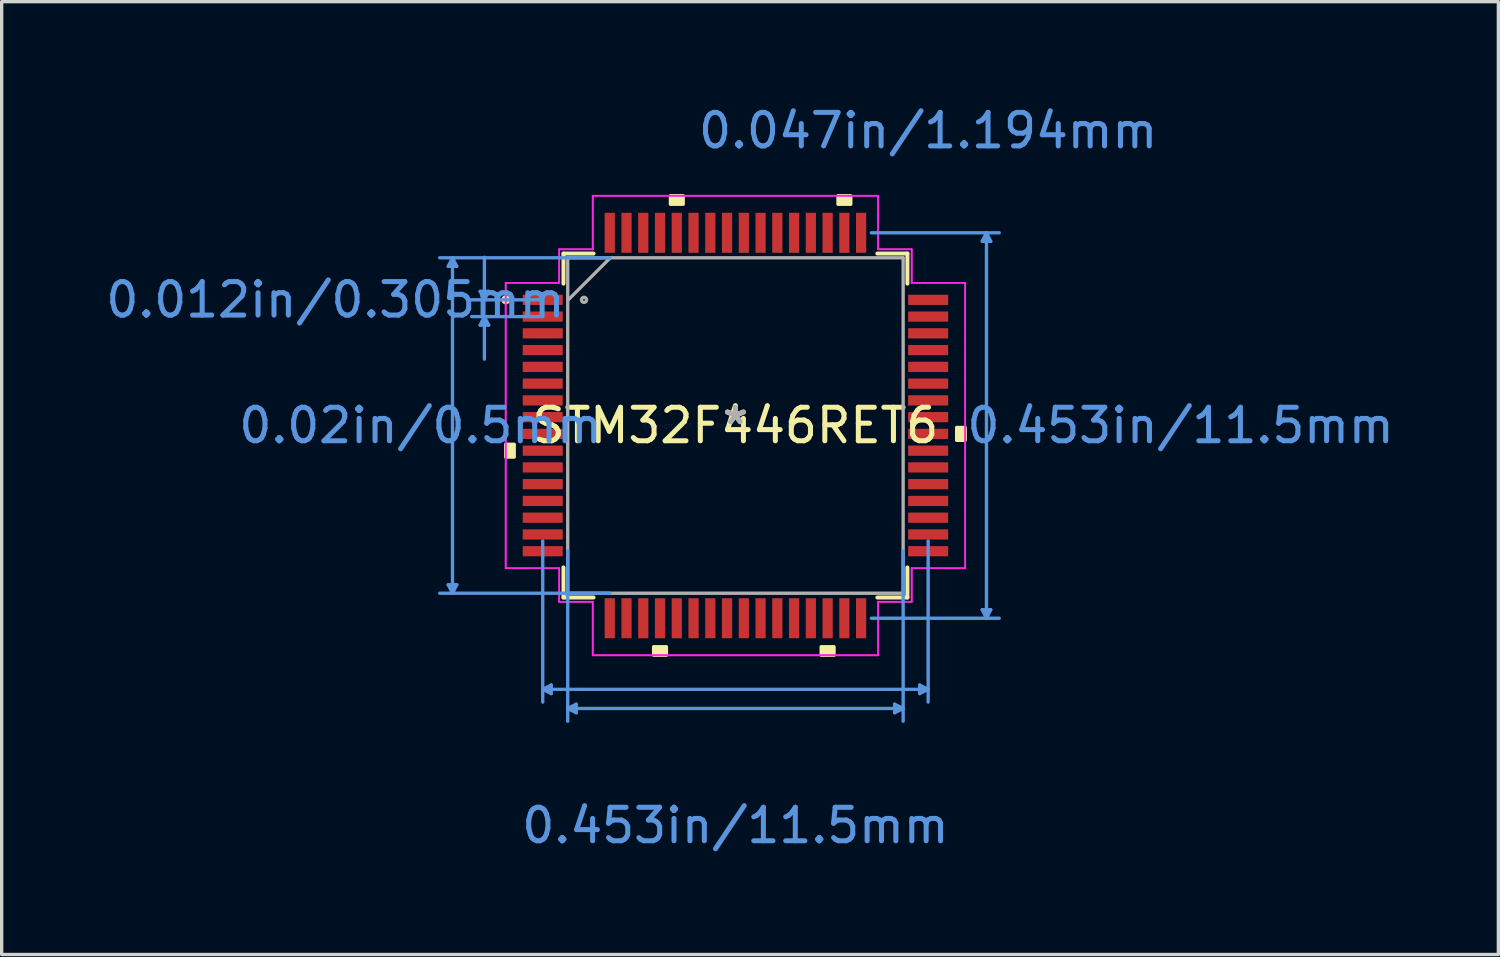
<source format=kicad_pcb>
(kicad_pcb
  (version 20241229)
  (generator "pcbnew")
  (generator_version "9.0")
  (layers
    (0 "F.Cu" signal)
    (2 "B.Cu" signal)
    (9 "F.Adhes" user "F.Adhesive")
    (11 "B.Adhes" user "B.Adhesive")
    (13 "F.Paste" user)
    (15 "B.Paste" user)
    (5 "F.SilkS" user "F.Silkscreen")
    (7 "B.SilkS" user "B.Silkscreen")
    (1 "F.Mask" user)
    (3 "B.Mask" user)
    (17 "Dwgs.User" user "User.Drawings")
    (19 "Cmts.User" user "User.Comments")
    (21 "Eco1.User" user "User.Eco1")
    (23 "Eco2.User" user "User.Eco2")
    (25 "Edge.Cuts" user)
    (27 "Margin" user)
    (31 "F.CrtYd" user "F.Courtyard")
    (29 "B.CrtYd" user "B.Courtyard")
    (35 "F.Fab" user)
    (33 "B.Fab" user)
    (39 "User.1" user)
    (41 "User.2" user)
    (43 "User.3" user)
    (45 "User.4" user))
  (footprint "STM32F446RET6"
    (layer "F.Cu")
    (at 18.893 9.646)
    (property "Reference" "STM32F446RET6" (at 0 0 0) (layer "F.SilkS") (effects (font (size 1 1) (thickness 0.15))))
    (attr through_hole)
    (fp_line (start -5.131 -5.131) (end -5.131 -4.234) (stroke (width 0.12) (type solid)) (layer "F.SilkS"))
    (fp_line (start -5.131 4.234) (end -5.131 5.131) (stroke (width 0.12) (type solid)) (layer "F.SilkS"))
    (fp_line (start -5.131 5.131) (end -4.234 5.131) (stroke (width 0.12) (type solid)) (layer "F.SilkS"))
    (fp_line (start -4.234 -5.131) (end -5.131 -5.131) (stroke (width 0.12) (type solid)) (layer "F.SilkS"))
    (fp_line (start 4.234 5.131) (end 5.131 5.131) (stroke (width 0.12) (type solid)) (layer "F.SilkS"))
    (fp_line (start 5.131 -5.131) (end 4.234 -5.131) (stroke (width 0.12) (type solid)) (layer "F.SilkS"))
    (fp_line (start 5.131 -4.234) (end 5.131 -5.131) (stroke (width 0.12) (type solid)) (layer "F.SilkS"))
    (fp_line (start 5.131 5.131) (end 5.131 4.234) (stroke (width 0.12) (type solid)) (layer "F.SilkS"))
    (fp_circle (center -6.851 -3.75) (end -6.775 -3.75) (stroke (width 0.12) (type solid)) (fill no) (layer "F.SilkS"))
    (fp_poly (pts (xy -6.855 0.56) (xy -6.855 0.941) (xy -6.601 0.941) (xy -6.601 0.56)) (stroke (width 0.1) (type solid)) (fill yes) (layer "F.SilkS"))
    (fp_poly (pts (xy -2.441 6.601) (xy -2.441 6.855) (xy -2.06 6.855) (xy -2.06 6.601)) (stroke (width 0.1) (type solid)) (fill yes) (layer "F.SilkS"))
    (fp_poly (pts (xy -1.94 -6.601) (xy -1.94 -6.855) (xy -1.559 -6.855) (xy -1.559 -6.601)) (stroke (width 0.1) (type solid)) (fill yes) (layer "F.SilkS"))
    (fp_poly (pts (xy 2.559 6.601) (xy 2.559 6.855) (xy 2.941 6.855) (xy 2.941 6.601)) (stroke (width 0.1) (type solid)) (fill yes) (layer "F.SilkS"))
    (fp_poly (pts (xy 3.06 -6.601) (xy 3.06 -6.855) (xy 3.441 -6.855) (xy 3.441 -6.601)) (stroke (width 0.1) (type solid)) (fill yes) (layer "F.SilkS"))
    (fp_poly (pts (xy 6.855 0.059) (xy 6.855 0.441) (xy 6.601 0.441) (xy 6.601 0.059)) (stroke (width 0.1) (type solid)) (fill yes) (layer "F.SilkS"))
    (fp_line (start -8.569 -4.75) (end -8.315 -4.75) (stroke (width 0.1) (type solid)) (layer "Cmts.User"))
    (fp_line (start -8.569 4.75) (end -8.315 4.75) (stroke (width 0.1) (type solid)) (layer "Cmts.User"))
    (fp_line (start -8.442 -5.004) (end -8.569 -4.75) (stroke (width 0.1) (type solid)) (layer "Cmts.User"))
    (fp_line (start -8.442 -5.004) (end -8.442 5.004) (stroke (width 0.1) (type solid)) (layer "Cmts.User"))
    (fp_line (start -8.442 -5.004) (end -8.315 -4.75) (stroke (width 0.1) (type solid)) (layer "Cmts.User"))
    (fp_line (start -8.442 5.004) (end -8.569 4.75) (stroke (width 0.1) (type solid)) (layer "Cmts.User"))
    (fp_line (start -8.442 5.004) (end -8.315 4.75) (stroke (width 0.1) (type solid)) (layer "Cmts.User"))
    (fp_line (start -7.617 -4.004) (end -7.363 -4.004) (stroke (width 0.1) (type solid)) (layer "Cmts.User"))
    (fp_line (start -7.617 -2.996) (end -7.363 -2.996) (stroke (width 0.1) (type solid)) (layer "Cmts.User"))
    (fp_line (start -7.49 -3.75) (end -7.617 -4.004) (stroke (width 0.1) (type solid)) (layer "Cmts.User"))
    (fp_line (start -7.49 -3.75) (end -7.49 -5.02) (stroke (width 0.1) (type solid)) (layer "Cmts.User"))
    (fp_line (start -7.49 -3.75) (end -7.363 -4.004) (stroke (width 0.1) (type solid)) (layer "Cmts.User"))
    (fp_line (start -7.49 -3.25) (end -7.617 -2.996) (stroke (width 0.1) (type solid)) (layer "Cmts.User"))
    (fp_line (start -7.49 -3.25) (end -7.49 -1.98) (stroke (width 0.1) (type solid)) (layer "Cmts.User"))
    (fp_line (start -7.49 -3.25) (end -7.363 -2.996) (stroke (width 0.1) (type solid)) (layer "Cmts.User"))
    (fp_line (start -5.75 -3.75) (end -7.871 -3.75) (stroke (width 0.1) (type solid)) (layer "Cmts.User"))
    (fp_line (start -5.75 -3.25) (end -7.871 -3.25) (stroke (width 0.1) (type solid)) (layer "Cmts.User"))
    (fp_line (start -5.75 3.445) (end -5.75 8.252) (stroke (width 0.1) (type solid)) (layer "Cmts.User"))
    (fp_line (start -5.75 7.871) (end -5.496 7.744) (stroke (width 0.1) (type solid)) (layer "Cmts.User"))
    (fp_line (start -5.75 7.871) (end -5.496 7.998) (stroke (width 0.1) (type solid)) (layer "Cmts.User"))
    (fp_line (start -5.75 7.871) (end 5.75 7.871) (stroke (width 0.1) (type solid)) (layer "Cmts.User"))
    (fp_line (start -5.496 7.744) (end -5.496 7.998) (stroke (width 0.1) (type solid)) (layer "Cmts.User"))
    (fp_line (start -5.004 3.75) (end -5.004 8.823) (stroke (width 0.1) (type solid)) (layer "Cmts.User"))
    (fp_line (start -5.004 8.442) (end -4.75 8.315) (stroke (width 0.1) (type solid)) (layer "Cmts.User"))
    (fp_line (start -5.004 8.442) (end -4.75 8.569) (stroke (width 0.1) (type solid)) (layer "Cmts.User"))
    (fp_line (start -5.004 8.442) (end 5.004 8.442) (stroke (width 0.1) (type solid)) (layer "Cmts.User"))
    (fp_line (start -4.75 8.315) (end -4.75 8.569) (stroke (width 0.1) (type solid)) (layer "Cmts.User"))
    (fp_line (start -3.75 -5.004) (end -8.823 -5.004) (stroke (width 0.1) (type solid)) (layer "Cmts.User"))
    (fp_line (start -3.75 5.004) (end -8.823 5.004) (stroke (width 0.1) (type solid)) (layer "Cmts.User"))
    (fp_line (start 4.055 -5.75) (end 7.871 -5.75) (stroke (width 0.1) (type solid)) (layer "Cmts.User"))
    (fp_line (start 4.055 5.75) (end 7.871 5.75) (stroke (width 0.1) (type solid)) (layer "Cmts.User"))
    (fp_line (start 4.75 8.315) (end 4.75 8.569) (stroke (width 0.1) (type solid)) (layer "Cmts.User"))
    (fp_line (start 5.004 3.75) (end 5.004 8.823) (stroke (width 0.1) (type solid)) (layer "Cmts.User"))
    (fp_line (start 5.004 8.442) (end 4.75 8.315) (stroke (width 0.1) (type solid)) (layer "Cmts.User"))
    (fp_line (start 5.004 8.442) (end 4.75 8.569) (stroke (width 0.1) (type solid)) (layer "Cmts.User"))
    (fp_line (start 5.496 7.744) (end 5.496 7.998) (stroke (width 0.1) (type solid)) (layer "Cmts.User"))
    (fp_line (start 5.75 3.445) (end 5.75 8.252) (stroke (width 0.1) (type solid)) (layer "Cmts.User"))
    (fp_line (start 5.75 7.871) (end 5.496 7.744) (stroke (width 0.1) (type solid)) (layer "Cmts.User"))
    (fp_line (start 5.75 7.871) (end 5.496 7.998) (stroke (width 0.1) (type solid)) (layer "Cmts.User"))
    (fp_line (start 7.363 -5.496) (end 7.617 -5.496) (stroke (width 0.1) (type solid)) (layer "Cmts.User"))
    (fp_line (start 7.363 5.496) (end 7.617 5.496) (stroke (width 0.1) (type solid)) (layer "Cmts.User"))
    (fp_line (start 7.49 -5.75) (end 7.363 -5.496) (stroke (width 0.1) (type solid)) (layer "Cmts.User"))
    (fp_line (start 7.49 -5.75) (end 7.49 5.75) (stroke (width 0.1) (type solid)) (layer "Cmts.User"))
    (fp_line (start 7.49 -5.75) (end 7.617 -5.496) (stroke (width 0.1) (type solid)) (layer "Cmts.User"))
    (fp_line (start 7.49 5.75) (end 7.363 5.496) (stroke (width 0.1) (type solid)) (layer "Cmts.User"))
    (fp_line (start 7.49 5.75) (end 7.617 5.496) (stroke (width 0.1) (type solid)) (layer "Cmts.User"))
    (fp_line (start -6.855 -4.258) (end -5.258 -4.258) (stroke (width 0.05) (type solid)) (layer "F.CrtYd"))
    (fp_line (start -6.855 -4.258) (end -5.258 -4.258) (stroke (width 0.05) (type solid)) (layer "F.CrtYd"))
    (fp_line (start -6.855 4.258) (end -6.855 -4.258) (stroke (width 0.05) (type solid)) (layer "F.CrtYd"))
    (fp_line (start -6.855 4.258) (end -6.855 -4.258) (stroke (width 0.05) (type solid)) (layer "F.CrtYd"))
    (fp_line (start -5.258 -5.258) (end -4.258 -5.258) (stroke (width 0.05) (type solid)) (layer "F.CrtYd"))
    (fp_line (start -5.258 -5.258) (end -4.258 -5.258) (stroke (width 0.05) (type solid)) (layer "F.CrtYd"))
    (fp_line (start -5.258 -4.258) (end -5.258 -5.258) (stroke (width 0.05) (type solid)) (layer "F.CrtYd"))
    (fp_line (start -5.258 -4.258) (end -5.258 -5.258) (stroke (width 0.05) (type solid)) (layer "F.CrtYd"))
    (fp_line (start -5.258 4.258) (end -6.855 4.258) (stroke (width 0.05) (type solid)) (layer "F.CrtYd"))
    (fp_line (start -5.258 4.258) (end -6.855 4.258) (stroke (width 0.05) (type solid)) (layer "F.CrtYd"))
    (fp_line (start -5.258 5.258) (end -5.258 4.258) (stroke (width 0.05) (type solid)) (layer "F.CrtYd"))
    (fp_line (start -5.258 5.258) (end -5.258 4.258) (stroke (width 0.05) (type solid)) (layer "F.CrtYd"))
    (fp_line (start -4.258 -6.855) (end 4.258 -6.855) (stroke (width 0.05) (type solid)) (layer "F.CrtYd"))
    (fp_line (start -4.258 -6.855) (end 4.258 -6.855) (stroke (width 0.05) (type solid)) (layer "F.CrtYd"))
    (fp_line (start -4.258 -5.258) (end -4.258 -6.855) (stroke (width 0.05) (type solid)) (layer "F.CrtYd"))
    (fp_line (start -4.258 -5.258) (end -4.258 -6.855) (stroke (width 0.05) (type solid)) (layer "F.CrtYd"))
    (fp_line (start -4.258 5.258) (end -5.258 5.258) (stroke (width 0.05) (type solid)) (layer "F.CrtYd"))
    (fp_line (start -4.258 5.258) (end -5.258 5.258) (stroke (width 0.05) (type solid)) (layer "F.CrtYd"))
    (fp_line (start -4.258 6.855) (end -4.258 5.258) (stroke (width 0.05) (type solid)) (layer "F.CrtYd"))
    (fp_line (start -4.258 6.855) (end -4.258 5.258) (stroke (width 0.05) (type solid)) (layer "F.CrtYd"))
    (fp_line (start 4.258 -6.855) (end 4.258 -5.258) (stroke (width 0.05) (type solid)) (layer "F.CrtYd"))
    (fp_line (start 4.258 -6.855) (end 4.258 -5.258) (stroke (width 0.05) (type solid)) (layer "F.CrtYd"))
    (fp_line (start 4.258 -5.258) (end 5.258 -5.258) (stroke (width 0.05) (type solid)) (layer "F.CrtYd"))
    (fp_line (start 4.258 -5.258) (end 5.258 -5.258) (stroke (width 0.05) (type solid)) (layer "F.CrtYd"))
    (fp_line (start 4.258 5.258) (end 4.258 6.855) (stroke (width 0.05) (type solid)) (layer "F.CrtYd"))
    (fp_line (start 4.258 5.258) (end 4.258 6.855) (stroke (width 0.05) (type solid)) (layer "F.CrtYd"))
    (fp_line (start 4.258 6.855) (end -4.258 6.855) (stroke (width 0.05) (type solid)) (layer "F.CrtYd"))
    (fp_line (start 4.258 6.855) (end -4.258 6.855) (stroke (width 0.05) (type solid)) (layer "F.CrtYd"))
    (fp_line (start 5.258 -5.258) (end 5.258 -4.258) (stroke (width 0.05) (type solid)) (layer "F.CrtYd"))
    (fp_line (start 5.258 -5.258) (end 5.258 -4.258) (stroke (width 0.05) (type solid)) (layer "F.CrtYd"))
    (fp_line (start 5.258 -4.258) (end 6.855 -4.258) (stroke (width 0.05) (type solid)) (layer "F.CrtYd"))
    (fp_line (start 5.258 -4.258) (end 6.855 -4.258) (stroke (width 0.05) (type solid)) (layer "F.CrtYd"))
    (fp_line (start 5.258 4.258) (end 5.258 5.258) (stroke (width 0.05) (type solid)) (layer "F.CrtYd"))
    (fp_line (start 5.258 4.258) (end 5.258 5.258) (stroke (width 0.05) (type solid)) (layer "F.CrtYd"))
    (fp_line (start 5.258 5.258) (end 4.258 5.258) (stroke (width 0.05) (type solid)) (layer "F.CrtYd"))
    (fp_line (start 5.258 5.258) (end 4.258 5.258) (stroke (width 0.05) (type solid)) (layer "F.CrtYd"))
    (fp_line (start 6.855 -4.258) (end 6.855 4.258) (stroke (width 0.05) (type solid)) (layer "F.CrtYd"))
    (fp_line (start 6.855 -4.258) (end 6.855 4.258) (stroke (width 0.05) (type solid)) (layer "F.CrtYd"))
    (fp_line (start 6.855 4.258) (end 5.258 4.258) (stroke (width 0.05) (type solid)) (layer "F.CrtYd"))
    (fp_line (start 6.855 4.258) (end 5.258 4.258) (stroke (width 0.05) (type solid)) (layer "F.CrtYd"))
    (fp_line (start -5.004 -5.004) (end -5.004 5.004) (stroke (width 0.1) (type solid)) (layer "F.Fab"))
    (fp_line (start -5.004 -3.734) (end -3.734 -5.004) (stroke (width 0.1) (type solid)) (layer "F.Fab"))
    (fp_line (start -5.004 5.004) (end 5.004 5.004) (stroke (width 0.1) (type solid)) (layer "F.Fab"))
    (fp_line (start 5.004 -5.004) (end -5.004 -5.004) (stroke (width 0.1) (type solid)) (layer "F.Fab"))
    (fp_line (start 5.004 5.004) (end 5.004 -5.004) (stroke (width 0.1) (type solid)) (layer "F.Fab"))
    (fp_circle (center -4.518 -3.75) (end -4.442 -3.75) (stroke (width 0.1) (type solid)) (fill no) (layer "F.Fab"))
    (fp_text user "*" (at 0 0 0) (layer "F.SilkS") (effects (font (size 1 1) (thickness 0.15))))
    (fp_text user "0.02in/0.5mm" (at -9.395 0 0) (layer "Cmts.User") (effects (font (size 1 1) (thickness 0.15))))
    (fp_text user "0.047in/1.194mm" (at 5.75 -8.798 0) (layer "Cmts.User") (effects (font (size 1 1) (thickness 0.15))))
    (fp_text user "0.453in/11.5mm" (at 0 11.935 0) (layer "Cmts.User") (effects (font (size 1 1) (thickness 0.15))))
    (fp_text user "0.012in/0.305mm" (at -11.935 -3.75 0) (layer "Cmts.User") (effects (font (size 1 1) (thickness 0.15))))
    (fp_text user "Copyright 2021 Accelerated Designs. All rights reserved." (at 0 0 0) (layer "Cmts.User") (effects (font (size 0.127 0.127) (thickness 0.002))))
    (fp_text user "0.453in/11.5mm" (at 13.281 0 0) (layer "Cmts.User") (effects (font (size 1 1) (thickness 0.15))))
    (fp_text user "*" (at 0 0 0) (layer "F.Fab") (effects (font (size 1 1) (thickness 0.15))))
    (pad "1" smd rect (at -5.75 -3.75) (size 1.194 0.305) (layers "F.Cu" "F.Mask" "F.Paste"))
    (pad "2" smd rect (at -5.75 -3.25) (size 1.194 0.305) (layers "F.Cu" "F.Mask" "F.Paste"))
    (pad "3" smd rect (at -5.75 -2.75) (size 1.194 0.305) (layers "F.Cu" "F.Mask" "F.Paste"))
    (pad "4" smd rect (at -5.75 -2.25) (size 1.194 0.305) (layers "F.Cu" "F.Mask" "F.Paste"))
    (pad "5" smd rect (at -5.75 -1.75) (size 1.194 0.305) (layers "F.Cu" "F.Mask" "F.Paste"))
    (pad "6" smd rect (at -5.75 -1.25) (size 1.194 0.305) (layers "F.Cu" "F.Mask" "F.Paste"))
    (pad "7" smd rect (at -5.75 -0.75) (size 1.194 0.305) (layers "F.Cu" "F.Mask" "F.Paste"))
    (pad "8" smd rect (at -5.75 -0.25) (size 1.194 0.305) (layers "F.Cu" "F.Mask" "F.Paste"))
    (pad "9" smd rect (at -5.75 0.25) (size 1.194 0.305) (layers "F.Cu" "F.Mask" "F.Paste"))
    (pad "10" smd rect (at -5.75 0.75) (size 1.194 0.305) (layers "F.Cu" "F.Mask" "F.Paste"))
    (pad "11" smd rect (at -5.75 1.25) (size 1.194 0.305) (layers "F.Cu" "F.Mask" "F.Paste"))
    (pad "12" smd rect (at -5.75 1.75) (size 1.194 0.305) (layers "F.Cu" "F.Mask" "F.Paste"))
    (pad "13" smd rect (at -5.75 2.25) (size 1.194 0.305) (layers "F.Cu" "F.Mask" "F.Paste"))
    (pad "14" smd rect (at -5.75 2.75) (size 1.194 0.305) (layers "F.Cu" "F.Mask" "F.Paste"))
    (pad "15" smd rect (at -5.75 3.25) (size 1.194 0.305) (layers "F.Cu" "F.Mask" "F.Paste"))
    (pad "16" smd rect (at -5.75 3.75) (size 1.194 0.305) (layers "F.Cu" "F.Mask" "F.Paste"))
    (pad "17" smd rect (at -3.75 5.75 90) (size 1.194 0.305) (layers "F.Cu" "F.Mask" "F.Paste"))
    (pad "18" smd rect (at -3.25 5.75 90) (size 1.194 0.305) (layers "F.Cu" "F.Mask" "F.Paste"))
    (pad "19" smd rect (at -2.75 5.75 90) (size 1.194 0.305) (layers "F.Cu" "F.Mask" "F.Paste"))
    (pad "20" smd rect (at -2.25 5.75 90) (size 1.194 0.305) (layers "F.Cu" "F.Mask" "F.Paste"))
    (pad "21" smd rect (at -1.75 5.75 90) (size 1.194 0.305) (layers "F.Cu" "F.Mask" "F.Paste"))
    (pad "22" smd rect (at -1.25 5.75 90) (size 1.194 0.305) (layers "F.Cu" "F.Mask" "F.Paste"))
    (pad "23" smd rect (at -0.75 5.75 90) (size 1.194 0.305) (layers "F.Cu" "F.Mask" "F.Paste"))
    (pad "24" smd rect (at -0.25 5.75 90) (size 1.194 0.305) (layers "F.Cu" "F.Mask" "F.Paste"))
    (pad "25" smd rect (at 0.25 5.75 90) (size 1.194 0.305) (layers "F.Cu" "F.Mask" "F.Paste"))
    (pad "26" smd rect (at 0.75 5.75 90) (size 1.194 0.305) (layers "F.Cu" "F.Mask" "F.Paste"))
    (pad "27" smd rect (at 1.25 5.75 90) (size 1.194 0.305) (layers "F.Cu" "F.Mask" "F.Paste"))
    (pad "28" smd rect (at 1.75 5.75 90) (size 1.194 0.305) (layers "F.Cu" "F.Mask" "F.Paste"))
    (pad "29" smd rect (at 2.25 5.75 90) (size 1.194 0.305) (layers "F.Cu" "F.Mask" "F.Paste"))
    (pad "30" smd rect (at 2.75 5.75 90) (size 1.194 0.305) (layers "F.Cu" "F.Mask" "F.Paste"))
    (pad "31" smd rect (at 3.25 5.75 90) (size 1.194 0.305) (layers "F.Cu" "F.Mask" "F.Paste"))
    (pad "32" smd rect (at 3.75 5.75 90) (size 1.194 0.305) (layers "F.Cu" "F.Mask" "F.Paste"))
    (pad "33" smd rect (at 5.75 3.75) (size 1.194 0.305) (layers "F.Cu" "F.Mask" "F.Paste"))
    (pad "34" smd rect (at 5.75 3.25) (size 1.194 0.305) (layers "F.Cu" "F.Mask" "F.Paste"))
    (pad "35" smd rect (at 5.75 2.75) (size 1.194 0.305) (layers "F.Cu" "F.Mask" "F.Paste"))
    (pad "36" smd rect (at 5.75 2.25) (size 1.194 0.305) (layers "F.Cu" "F.Mask" "F.Paste"))
    (pad "37" smd rect (at 5.75 1.75) (size 1.194 0.305) (layers "F.Cu" "F.Mask" "F.Paste"))
    (pad "38" smd rect (at 5.75 1.25) (size 1.194 0.305) (layers "F.Cu" "F.Mask" "F.Paste"))
    (pad "39" smd rect (at 5.75 0.75) (size 1.194 0.305) (layers "F.Cu" "F.Mask" "F.Paste"))
    (pad "40" smd rect (at 5.75 0.25) (size 1.194 0.305) (layers "F.Cu" "F.Mask" "F.Paste"))
    (pad "41" smd rect (at 5.75 -0.25) (size 1.194 0.305) (layers "F.Cu" "F.Mask" "F.Paste"))
    (pad "42" smd rect (at 5.75 -0.75) (size 1.194 0.305) (layers "F.Cu" "F.Mask" "F.Paste"))
    (pad "43" smd rect (at 5.75 -1.25) (size 1.194 0.305) (layers "F.Cu" "F.Mask" "F.Paste"))
    (pad "44" smd rect (at 5.75 -1.75) (size 1.194 0.305) (layers "F.Cu" "F.Mask" "F.Paste"))
    (pad "45" smd rect (at 5.75 -2.25) (size 1.194 0.305) (layers "F.Cu" "F.Mask" "F.Paste"))
    (pad "46" smd rect (at 5.75 -2.75) (size 1.194 0.305) (layers "F.Cu" "F.Mask" "F.Paste"))
    (pad "47" smd rect (at 5.75 -3.25) (size 1.194 0.305) (layers "F.Cu" "F.Mask" "F.Paste"))
    (pad "48" smd rect (at 5.75 -3.75) (size 1.194 0.305) (layers "F.Cu" "F.Mask" "F.Paste"))
    (pad "49" smd rect (at 3.75 -5.75 90) (size 1.194 0.305) (layers "F.Cu" "F.Mask" "F.Paste"))
    (pad "50" smd rect (at 3.25 -5.75 90) (size 1.194 0.305) (layers "F.Cu" "F.Mask" "F.Paste"))
    (pad "51" smd rect (at 2.75 -5.75 90) (size 1.194 0.305) (layers "F.Cu" "F.Mask" "F.Paste"))
    (pad "52" smd rect (at 2.25 -5.75 90) (size 1.194 0.305) (layers "F.Cu" "F.Mask" "F.Paste"))
    (pad "53" smd rect (at 1.75 -5.75 90) (size 1.194 0.305) (layers "F.Cu" "F.Mask" "F.Paste"))
    (pad "54" smd rect (at 1.25 -5.75 90) (size 1.194 0.305) (layers "F.Cu" "F.Mask" "F.Paste"))
    (pad "55" smd rect (at 0.75 -5.75 90) (size 1.194 0.305) (layers "F.Cu" "F.Mask" "F.Paste"))
    (pad "56" smd rect (at 0.25 -5.75 90) (size 1.194 0.305) (layers "F.Cu" "F.Mask" "F.Paste"))
    (pad "57" smd rect (at -0.25 -5.75 90) (size 1.194 0.305) (layers "F.Cu" "F.Mask" "F.Paste"))
    (pad "58" smd rect (at -0.75 -5.75 90) (size 1.194 0.305) (layers "F.Cu" "F.Mask" "F.Paste"))
    (pad "59" smd rect (at -1.25 -5.75 90) (size 1.194 0.305) (layers "F.Cu" "F.Mask" "F.Paste"))
    (pad "60" smd rect (at -1.75 -5.75 90) (size 1.194 0.305) (layers "F.Cu" "F.Mask" "F.Paste"))
    (pad "61" smd rect (at -2.25 -5.75 90) (size 1.194 0.305) (layers "F.Cu" "F.Mask" "F.Paste"))
    (pad "62" smd rect (at -2.75 -5.75 90) (size 1.194 0.305) (layers "F.Cu" "F.Mask" "F.Paste"))
    (pad "63" smd rect (at -3.25 -5.75 90) (size 1.194 0.305) (layers "F.Cu" "F.Mask" "F.Paste"))
    (pad "64" smd rect (at -3.75 -5.75 90) (size 1.194 0.305) (layers "F.Cu" "F.Mask" "F.Paste")))
  (gr_rect
    (start -3 -3)
    (end 41.656 25.429)
    (stroke (width 0.1) (type default))
    (fill no)
    (layer "Edge.Cuts")))
</source>
